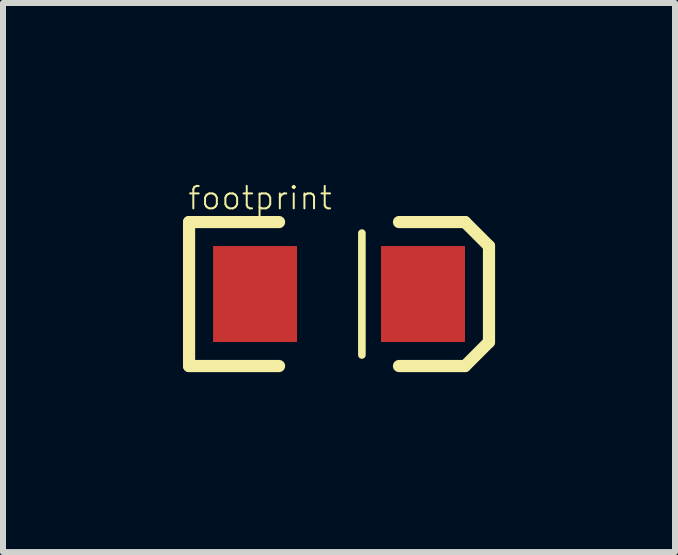
<source format=kicad_pcb>
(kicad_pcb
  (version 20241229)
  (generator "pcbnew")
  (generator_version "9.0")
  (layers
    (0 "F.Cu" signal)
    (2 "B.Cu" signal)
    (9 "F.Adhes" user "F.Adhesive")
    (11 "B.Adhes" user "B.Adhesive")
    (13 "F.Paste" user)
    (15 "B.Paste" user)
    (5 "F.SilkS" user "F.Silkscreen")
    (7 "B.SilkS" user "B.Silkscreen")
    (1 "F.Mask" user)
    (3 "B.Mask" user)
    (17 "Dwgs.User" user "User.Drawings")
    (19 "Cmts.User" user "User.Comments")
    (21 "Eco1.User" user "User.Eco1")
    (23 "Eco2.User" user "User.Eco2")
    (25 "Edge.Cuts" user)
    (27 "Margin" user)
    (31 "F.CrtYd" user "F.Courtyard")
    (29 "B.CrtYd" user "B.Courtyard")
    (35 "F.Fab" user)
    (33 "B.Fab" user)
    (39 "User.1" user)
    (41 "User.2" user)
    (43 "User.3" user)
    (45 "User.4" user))
  (footprint "footprint"
    (layer "F.Cu")
    (at 2.602 1.852)
    (property "Reference" "footprint" (at -2.54 -1.381 0) (layer "F.SilkS") (effects (font (size 0.374 0.374) (thickness 0.033)) (justify left bottom)))
    (fp_line (start -2.5 -1.2) (end -1 -1.2) (stroke (width 0.203) (type solid)) (layer "F.SilkS"))
    (fp_line (start -2.5 1.2) (end -2.5 -1.2) (stroke (width 0.203) (type solid)) (layer "F.SilkS"))
    (fp_line (start -1 1.2) (end -2.5 1.2) (stroke (width 0.203) (type solid)) (layer "F.SilkS"))
    (fp_line (start 0.381 -1.016) (end 0.381 1.016) (stroke (width 0.127) (type solid)) (layer "F.SilkS"))
    (fp_line (start 1 1.2) (end 2.1 1.2) (stroke (width 0.203) (type solid)) (layer "F.SilkS"))
    (fp_line (start 2.1 -1.2) (end 1 -1.2) (stroke (width 0.203) (type solid)) (layer "F.SilkS"))
    (fp_line (start 2.1 1.2) (end 2.5 0.8) (stroke (width 0.203) (type solid)) (layer "F.SilkS"))
    (fp_line (start 2.5 -0.8) (end 2.1 -1.2) (stroke (width 0.203) (type solid)) (layer "F.SilkS"))
    (fp_line (start 2.5 0.8) (end 2.5 -0.8) (stroke (width 0.203) (type solid)) (layer "F.SilkS"))
    (pad "A" smd rect (at 1.4 0 90) (size 1.6 1.4) (layers "F.Cu" "F.Mask" "F.Paste"))
    (pad "C" smd rect (at -1.4 0 90) (size 1.6 1.4) (layers "F.Cu" "F.Mask" "F.Paste")))
  (gr_rect
    (start -3 -3)
    (end 8.203 6.154)
    (stroke (width 0.1) (type default))
    (fill no)
    (layer "Edge.Cuts")))
</source>
